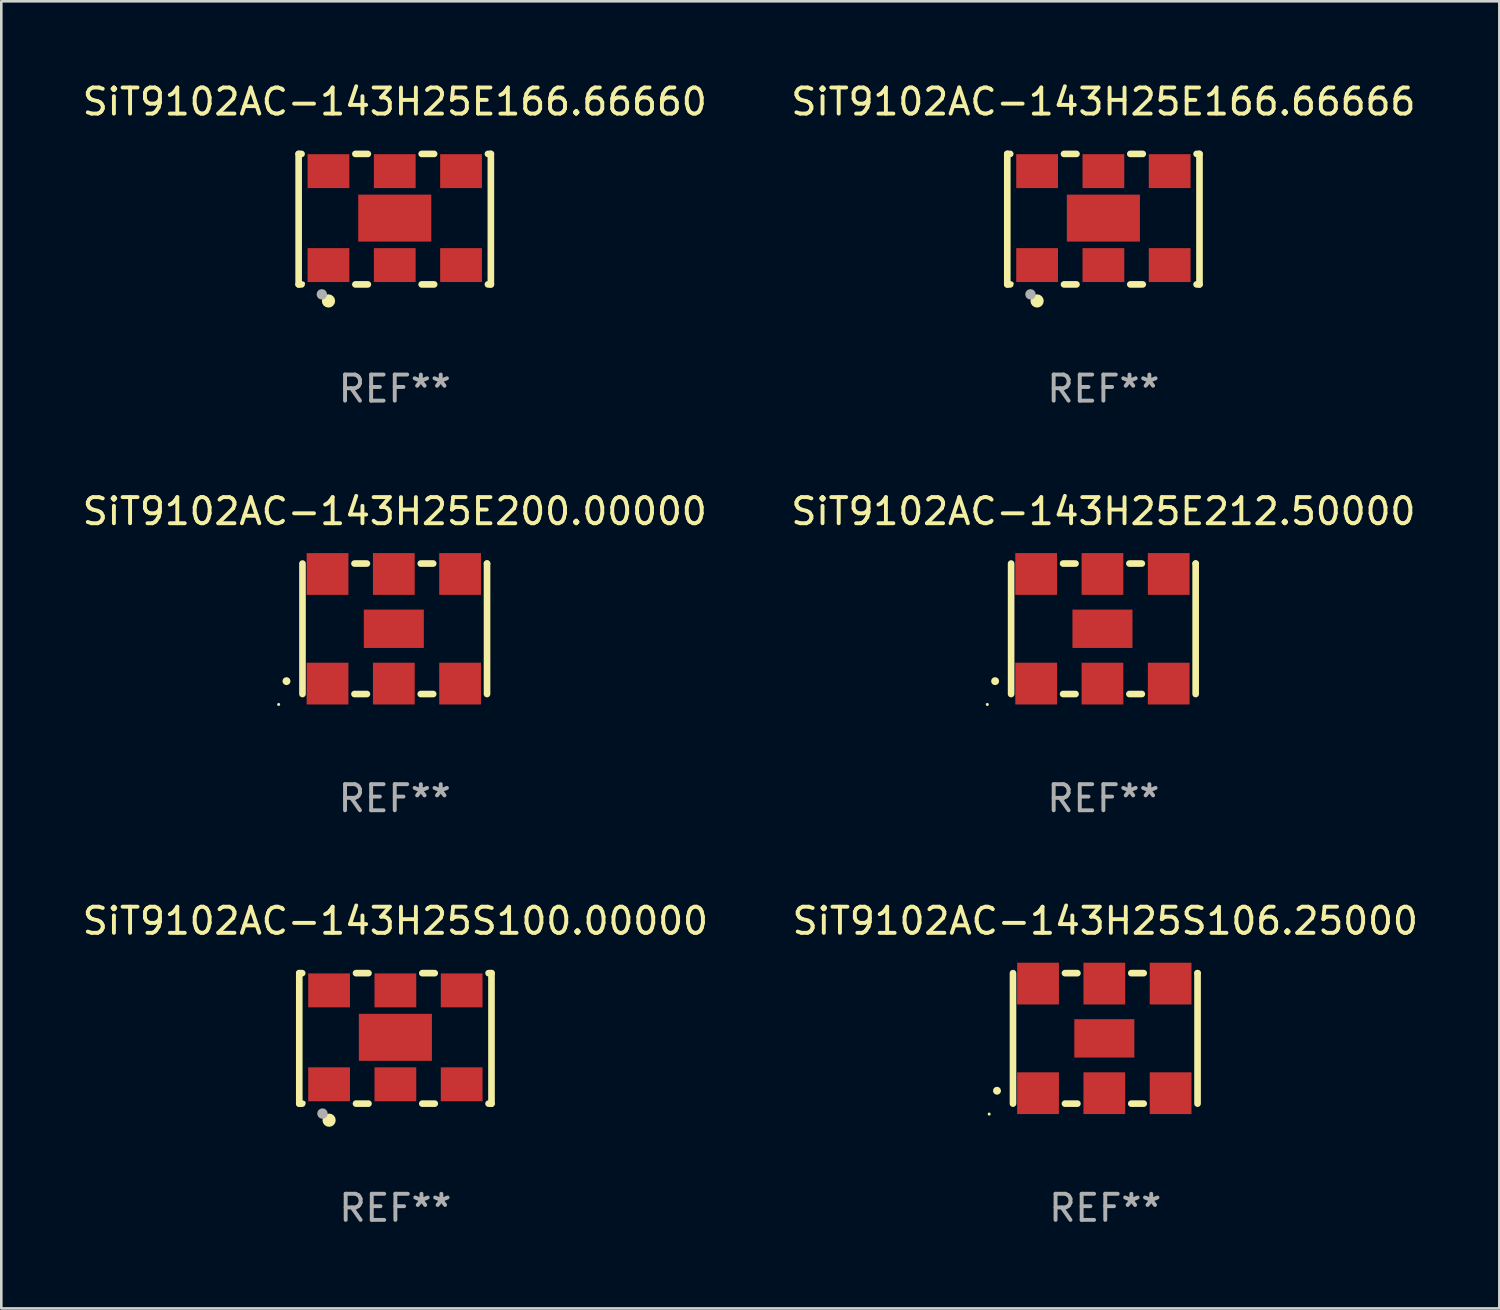
<source format=kicad_pcb>
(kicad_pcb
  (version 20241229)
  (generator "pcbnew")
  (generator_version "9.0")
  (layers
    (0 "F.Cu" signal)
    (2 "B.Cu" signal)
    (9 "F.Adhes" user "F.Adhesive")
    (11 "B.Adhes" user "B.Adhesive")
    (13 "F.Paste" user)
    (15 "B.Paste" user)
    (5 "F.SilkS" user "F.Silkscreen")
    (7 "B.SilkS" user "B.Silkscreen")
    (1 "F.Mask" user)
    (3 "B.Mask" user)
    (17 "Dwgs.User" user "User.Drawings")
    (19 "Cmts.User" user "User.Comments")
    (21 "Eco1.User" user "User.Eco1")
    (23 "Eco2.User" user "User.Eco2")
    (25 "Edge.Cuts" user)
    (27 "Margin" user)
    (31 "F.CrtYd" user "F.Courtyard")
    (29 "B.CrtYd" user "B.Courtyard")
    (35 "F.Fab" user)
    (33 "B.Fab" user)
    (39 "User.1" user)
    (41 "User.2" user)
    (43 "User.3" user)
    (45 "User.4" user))
  (footprint "SiT9102AC-143H25S106.25000"
    (layer "F.Cu")
    (at 39.304 36.741)
    (property "Reference" "SiT9102AC-143H25S106.25000" (at 0 -4.5 0) (layer "F.SilkS") (effects (font (size 1 1) (thickness 0.15))))
    (attr through_hole)
    (fp_line (start -3.536 -2.5) (end -3.536 2.5) (stroke (width 0.254) (type solid)) (layer "F.SilkS"))
    (fp_line (start -1.544 2.5) (end -1.067 2.5) (stroke (width 0.254) (type solid)) (layer "F.SilkS"))
    (fp_line (start -1.067 -2.5) (end -1.544 -2.5) (stroke (width 0.254) (type solid)) (layer "F.SilkS"))
    (fp_line (start 0.996 2.5) (end 1.473 2.5) (stroke (width 0.254) (type solid)) (layer "F.SilkS"))
    (fp_line (start 1.473 -2.5) (end 0.996 -2.5) (stroke (width 0.254) (type solid)) (layer "F.SilkS"))
    (fp_line (start 3.536 -2.5) (end 3.536 -2.5) (stroke (width 0.254) (type solid)) (layer "F.SilkS"))
    (fp_line (start 3.536 2.5) (end 3.536 -2.5) (stroke (width 0.254) (type solid)) (layer "F.SilkS"))
    (fp_arc (start -4.150432 2.006604) (mid -4.149162 2.006599) (end -4.147892 2.006604) (stroke (width 0.3) (type solid)) (layer "F.SilkS"))
    (fp_circle (center -4.449 2.9) (end -4.419 2.9) (stroke (width 0.06) (type solid)) (fill no) (layer "F.SilkS"))
    (fp_text user "REF**" (at 0 6.5 0) (layer "F.Fab") (effects (font (size 1 1) (thickness 0.15))))
    (pad "1" smd rect (at -2.576 2.1) (size 1.6 1.6) (layers "F.Cu" "F.Mask" "F.Paste"))
    (pad "2" smd rect (at -0.036 2.1) (size 1.6 1.6) (layers "F.Cu" "F.Mask" "F.Paste"))
    (pad "3" smd rect (at 2.504 2.1) (size 1.6 1.6) (layers "F.Cu" "F.Mask" "F.Paste"))
    (pad "4" smd rect (at 2.504 -2.1) (size 1.6 1.6) (layers "F.Cu" "F.Mask" "F.Paste"))
    (pad "5" smd rect (at -0.036 -2.1) (size 1.6 1.6) (layers "F.Cu" "F.Mask" "F.Paste"))
    (pad "6" smd rect (at -2.576 -2.1) (size 1.6 1.6) (layers "F.Cu" "F.Mask" "F.Paste"))
    (pad "7" smd rect (at -0.036 0) (size 2.3 1.47) (layers "F.Cu" "F.Mask" "F.Paste")))
  (footprint "SiT9102AC-143H25E166.66666"
    (layer "F.Cu")
    (at 39.232 5.348)
    (property "Reference" "SiT9102AC-143H25E166.66666" (at 0 -4.5 0) (layer "F.SilkS") (effects (font (size 1 1) (thickness 0.15))))
    (attr through_hole)
    (fp_line (start -3.683 -2.5) (end -3.571 -2.5) (stroke (width 0.254) (type solid)) (layer "F.SilkS"))
    (fp_line (start -3.683 2.5) (end -3.683 -2.5) (stroke (width 0.254) (type solid)) (layer "F.SilkS"))
    (fp_line (start -3.683 2.5) (end -3.571 2.5) (stroke (width 0.254) (type solid)) (layer "F.SilkS"))
    (fp_line (start -1.509 -2.5) (end -1.031 -2.5) (stroke (width 0.254) (type solid)) (layer "F.SilkS"))
    (fp_line (start -1.509 2.5) (end -1.031 2.5) (stroke (width 0.254) (type solid)) (layer "F.SilkS"))
    (fp_line (start 1.031 -2.5) (end 1.509 -2.5) (stroke (width 0.254) (type solid)) (layer "F.SilkS"))
    (fp_line (start 1.031 2.5) (end 1.509 2.5) (stroke (width 0.254) (type solid)) (layer "F.SilkS"))
    (fp_line (start 3.571 -2.5) (end 3.683 -2.5) (stroke (width 0.254) (type solid)) (layer "F.SilkS"))
    (fp_line (start 3.571 2.5) (end 3.683 2.5) (stroke (width 0.254) (type solid)) (layer "F.SilkS"))
    (fp_line (start 3.683 2.5) (end 3.683 -2.5) (stroke (width 0.254) (type solid)) (layer "F.SilkS"))
    (fp_circle (center -3.5 2.46) (end -3.47 2.46) (stroke (width 0.06) (type solid)) (fill no) (layer "F.SilkS"))
    (fp_circle (center -2.54 3.135) (end -2.413 3.135) (stroke (width 0.254) (type solid)) (fill no) (layer "F.SilkS"))
    (fp_circle (center -2.794 2.881) (end -2.694 2.881) (stroke (width 0.2) (type solid)) (fill no) (layer "F.Fab"))
    (fp_text user "REF**" (at 0 6.5 0) (layer "F.Fab") (effects (font (size 1 1) (thickness 0.15))))
    (pad "1" smd rect (at -2.54 1.76) (size 1.6 1.3) (layers "F.Cu" "F.Mask" "F.Paste"))
    (pad "2" smd rect (at 0 1.76) (size 1.6 1.3) (layers "F.Cu" "F.Mask" "F.Paste"))
    (pad "3" smd rect (at 2.54 1.76) (size 1.6 1.3) (layers "F.Cu" "F.Mask" "F.Paste"))
    (pad "4" smd rect (at 2.54 -1.84) (size 1.6 1.3) (layers "F.Cu" "F.Mask" "F.Paste"))
    (pad "5" smd rect (at 0 -1.84) (size 1.6 1.3) (layers "F.Cu" "F.Mask" "F.Paste"))
    (pad "6" smd rect (at -2.54 -1.84) (size 1.6 1.3) (layers "F.Cu" "F.Mask" "F.Paste"))
    (pad "7" smd rect (at 0 -0.04) (size 2.8 1.8) (layers "F.Cu" "F.Mask" "F.Paste")))
  (footprint "SiT9102AC-143H25E166.66660"
    (layer "F.Cu")
    (at 12.077 5.348)
    (property "Reference" "SiT9102AC-143H25E166.66660" (at 0 -4.5 0) (layer "F.SilkS") (effects (font (size 1 1) (thickness 0.15))))
    (attr through_hole)
    (fp_line (start -3.683 -2.5) (end -3.571 -2.5) (stroke (width 0.254) (type solid)) (layer "F.SilkS"))
    (fp_line (start -3.683 2.5) (end -3.683 -2.5) (stroke (width 0.254) (type solid)) (layer "F.SilkS"))
    (fp_line (start -3.683 2.5) (end -3.571 2.5) (stroke (width 0.254) (type solid)) (layer "F.SilkS"))
    (fp_line (start -1.509 -2.5) (end -1.031 -2.5) (stroke (width 0.254) (type solid)) (layer "F.SilkS"))
    (fp_line (start -1.509 2.5) (end -1.031 2.5) (stroke (width 0.254) (type solid)) (layer "F.SilkS"))
    (fp_line (start 1.031 -2.5) (end 1.509 -2.5) (stroke (width 0.254) (type solid)) (layer "F.SilkS"))
    (fp_line (start 1.031 2.5) (end 1.509 2.5) (stroke (width 0.254) (type solid)) (layer "F.SilkS"))
    (fp_line (start 3.571 -2.5) (end 3.683 -2.5) (stroke (width 0.254) (type solid)) (layer "F.SilkS"))
    (fp_line (start 3.571 2.5) (end 3.683 2.5) (stroke (width 0.254) (type solid)) (layer "F.SilkS"))
    (fp_line (start 3.683 2.5) (end 3.683 -2.5) (stroke (width 0.254) (type solid)) (layer "F.SilkS"))
    (fp_circle (center -3.5 2.46) (end -3.47 2.46) (stroke (width 0.06) (type solid)) (fill no) (layer "F.SilkS"))
    (fp_circle (center -2.54 3.135) (end -2.413 3.135) (stroke (width 0.254) (type solid)) (fill no) (layer "F.SilkS"))
    (fp_circle (center -2.794 2.881) (end -2.694 2.881) (stroke (width 0.2) (type solid)) (fill no) (layer "F.Fab"))
    (fp_text user "REF**" (at 0 6.5 0) (layer "F.Fab") (effects (font (size 1 1) (thickness 0.15))))
    (pad "1" smd rect (at -2.54 1.76) (size 1.6 1.3) (layers "F.Cu" "F.Mask" "F.Paste"))
    (pad "2" smd rect (at 0 1.76) (size 1.6 1.3) (layers "F.Cu" "F.Mask" "F.Paste"))
    (pad "3" smd rect (at 2.54 1.76) (size 1.6 1.3) (layers "F.Cu" "F.Mask" "F.Paste"))
    (pad "4" smd rect (at 2.54 -1.84) (size 1.6 1.3) (layers "F.Cu" "F.Mask" "F.Paste"))
    (pad "5" smd rect (at 0 -1.84) (size 1.6 1.3) (layers "F.Cu" "F.Mask" "F.Paste"))
    (pad "6" smd rect (at -2.54 -1.84) (size 1.6 1.3) (layers "F.Cu" "F.Mask" "F.Paste"))
    (pad "7" smd rect (at 0 -0.04) (size 2.8 1.8) (layers "F.Cu" "F.Mask" "F.Paste")))
  (footprint "SiT9102AC-143H25S100.00000"
    (layer "F.Cu")
    (at 12.101 36.741)
    (property "Reference" "SiT9102AC-143H25S100.00000" (at 0 -4.5 0) (layer "F.SilkS") (effects (font (size 1 1) (thickness 0.15))))
    (attr through_hole)
    (fp_line (start -3.683 -2.5) (end -3.571 -2.5) (stroke (width 0.254) (type solid)) (layer "F.SilkS"))
    (fp_line (start -3.683 2.5) (end -3.683 -2.5) (stroke (width 0.254) (type solid)) (layer "F.SilkS"))
    (fp_line (start -3.683 2.5) (end -3.571 2.5) (stroke (width 0.254) (type solid)) (layer "F.SilkS"))
    (fp_line (start -1.509 -2.5) (end -1.031 -2.5) (stroke (width 0.254) (type solid)) (layer "F.SilkS"))
    (fp_line (start -1.509 2.5) (end -1.031 2.5) (stroke (width 0.254) (type solid)) (layer "F.SilkS"))
    (fp_line (start 1.031 -2.5) (end 1.509 -2.5) (stroke (width 0.254) (type solid)) (layer "F.SilkS"))
    (fp_line (start 1.031 2.5) (end 1.509 2.5) (stroke (width 0.254) (type solid)) (layer "F.SilkS"))
    (fp_line (start 3.571 -2.5) (end 3.683 -2.5) (stroke (width 0.254) (type solid)) (layer "F.SilkS"))
    (fp_line (start 3.571 2.5) (end 3.683 2.5) (stroke (width 0.254) (type solid)) (layer "F.SilkS"))
    (fp_line (start 3.683 2.5) (end 3.683 -2.5) (stroke (width 0.254) (type solid)) (layer "F.SilkS"))
    (fp_circle (center -3.5 2.46) (end -3.47 2.46) (stroke (width 0.06) (type solid)) (fill no) (layer "F.SilkS"))
    (fp_circle (center -2.54 3.135) (end -2.413 3.135) (stroke (width 0.254) (type solid)) (fill no) (layer "F.SilkS"))
    (fp_circle (center -2.794 2.881) (end -2.694 2.881) (stroke (width 0.2) (type solid)) (fill no) (layer "F.Fab"))
    (fp_text user "REF**" (at 0 6.5 0) (layer "F.Fab") (effects (font (size 1 1) (thickness 0.15))))
    (pad "1" smd rect (at -2.54 1.76) (size 1.6 1.3) (layers "F.Cu" "F.Mask" "F.Paste"))
    (pad "2" smd rect (at 0 1.76) (size 1.6 1.3) (layers "F.Cu" "F.Mask" "F.Paste"))
    (pad "3" smd rect (at 2.54 1.76) (size 1.6 1.3) (layers "F.Cu" "F.Mask" "F.Paste"))
    (pad "4" smd rect (at 2.54 -1.84) (size 1.6 1.3) (layers "F.Cu" "F.Mask" "F.Paste"))
    (pad "5" smd rect (at 0 -1.84) (size 1.6 1.3) (layers "F.Cu" "F.Mask" "F.Paste"))
    (pad "6" smd rect (at -2.54 -1.84) (size 1.6 1.3) (layers "F.Cu" "F.Mask" "F.Paste"))
    (pad "7" smd rect (at 0 -0.04) (size 2.8 1.8) (layers "F.Cu" "F.Mask" "F.Paste")))
  (footprint "SiT9102AC-143H25E212.50000"
    (layer "F.Cu")
    (at 39.232 21.045)
    (property "Reference" "SiT9102AC-143H25E212.50000" (at 0 -4.5 0) (layer "F.SilkS") (effects (font (size 1 1) (thickness 0.15))))
    (attr through_hole)
    (fp_line (start -3.536 -2.5) (end -3.536 2.5) (stroke (width 0.254) (type solid)) (layer "F.SilkS"))
    (fp_line (start -1.544 2.5) (end -1.067 2.5) (stroke (width 0.254) (type solid)) (layer "F.SilkS"))
    (fp_line (start -1.067 -2.5) (end -1.544 -2.5) (stroke (width 0.254) (type solid)) (layer "F.SilkS"))
    (fp_line (start 0.996 2.5) (end 1.473 2.5) (stroke (width 0.254) (type solid)) (layer "F.SilkS"))
    (fp_line (start 1.473 -2.5) (end 0.996 -2.5) (stroke (width 0.254) (type solid)) (layer "F.SilkS"))
    (fp_line (start 3.536 -2.5) (end 3.536 -2.5) (stroke (width 0.254) (type solid)) (layer "F.SilkS"))
    (fp_line (start 3.536 2.5) (end 3.536 -2.5) (stroke (width 0.254) (type solid)) (layer "F.SilkS"))
    (fp_arc (start -4.150432 2.006604) (mid -4.149162 2.006599) (end -4.147892 2.006604) (stroke (width 0.3) (type solid)) (layer "F.SilkS"))
    (fp_circle (center -4.449 2.9) (end -4.419 2.9) (stroke (width 0.06) (type solid)) (fill no) (layer "F.SilkS"))
    (fp_text user "REF**" (at 0 6.5 0) (layer "F.Fab") (effects (font (size 1 1) (thickness 0.15))))
    (pad "1" smd rect (at -2.576 2.1) (size 1.6 1.6) (layers "F.Cu" "F.Mask" "F.Paste"))
    (pad "2" smd rect (at -0.036 2.1) (size 1.6 1.6) (layers "F.Cu" "F.Mask" "F.Paste"))
    (pad "3" smd rect (at 2.504 2.1) (size 1.6 1.6) (layers "F.Cu" "F.Mask" "F.Paste"))
    (pad "4" smd rect (at 2.504 -2.1) (size 1.6 1.6) (layers "F.Cu" "F.Mask" "F.Paste"))
    (pad "5" smd rect (at -0.036 -2.1) (size 1.6 1.6) (layers "F.Cu" "F.Mask" "F.Paste"))
    (pad "6" smd rect (at -2.576 -2.1) (size 1.6 1.6) (layers "F.Cu" "F.Mask" "F.Paste"))
    (pad "7" smd rect (at -0.036 0) (size 2.3 1.47) (layers "F.Cu" "F.Mask" "F.Paste")))
  (footprint "SiT9102AC-143H25E200.00000"
    (layer "F.Cu")
    (at 12.077 21.045)
    (property "Reference" "SiT9102AC-143H25E200.00000" (at 0 -4.5 0) (layer "F.SilkS") (effects (font (size 1 1) (thickness 0.15))))
    (attr through_hole)
    (fp_line (start -3.536 -2.5) (end -3.536 2.5) (stroke (width 0.254) (type solid)) (layer "F.SilkS"))
    (fp_line (start -1.544 2.5) (end -1.067 2.5) (stroke (width 0.254) (type solid)) (layer "F.SilkS"))
    (fp_line (start -1.067 -2.5) (end -1.544 -2.5) (stroke (width 0.254) (type solid)) (layer "F.SilkS"))
    (fp_line (start 0.996 2.5) (end 1.473 2.5) (stroke (width 0.254) (type solid)) (layer "F.SilkS"))
    (fp_line (start 1.473 -2.5) (end 0.996 -2.5) (stroke (width 0.254) (type solid)) (layer "F.SilkS"))
    (fp_line (start 3.536 -2.5) (end 3.536 -2.5) (stroke (width 0.254) (type solid)) (layer "F.SilkS"))
    (fp_line (start 3.536 2.5) (end 3.536 -2.5) (stroke (width 0.254) (type solid)) (layer "F.SilkS"))
    (fp_arc (start -4.150432 2.006604) (mid -4.149162 2.006599) (end -4.147892 2.006604) (stroke (width 0.3) (type solid)) (layer "F.SilkS"))
    (fp_circle (center -4.449 2.9) (end -4.419 2.9) (stroke (width 0.06) (type solid)) (fill no) (layer "F.SilkS"))
    (fp_text user "REF**" (at 0 6.5 0) (layer "F.Fab") (effects (font (size 1 1) (thickness 0.15))))
    (pad "1" smd rect (at -2.576 2.1) (size 1.6 1.6) (layers "F.Cu" "F.Mask" "F.Paste"))
    (pad "2" smd rect (at -0.036 2.1) (size 1.6 1.6) (layers "F.Cu" "F.Mask" "F.Paste"))
    (pad "3" smd rect (at 2.504 2.1) (size 1.6 1.6) (layers "F.Cu" "F.Mask" "F.Paste"))
    (pad "4" smd rect (at 2.504 -2.1) (size 1.6 1.6) (layers "F.Cu" "F.Mask" "F.Paste"))
    (pad "5" smd rect (at -0.036 -2.1) (size 1.6 1.6) (layers "F.Cu" "F.Mask" "F.Paste"))
    (pad "6" smd rect (at -2.576 -2.1) (size 1.6 1.6) (layers "F.Cu" "F.Mask" "F.Paste"))
    (pad "7" smd rect (at -0.036 0) (size 2.3 1.47) (layers "F.Cu" "F.Mask" "F.Paste")))
  (gr_rect
    (start -3 -3)
    (end 54.405 47.09)
    (stroke (width 0.1) (type default))
    (fill no)
    (layer "Edge.Cuts")))
</source>
